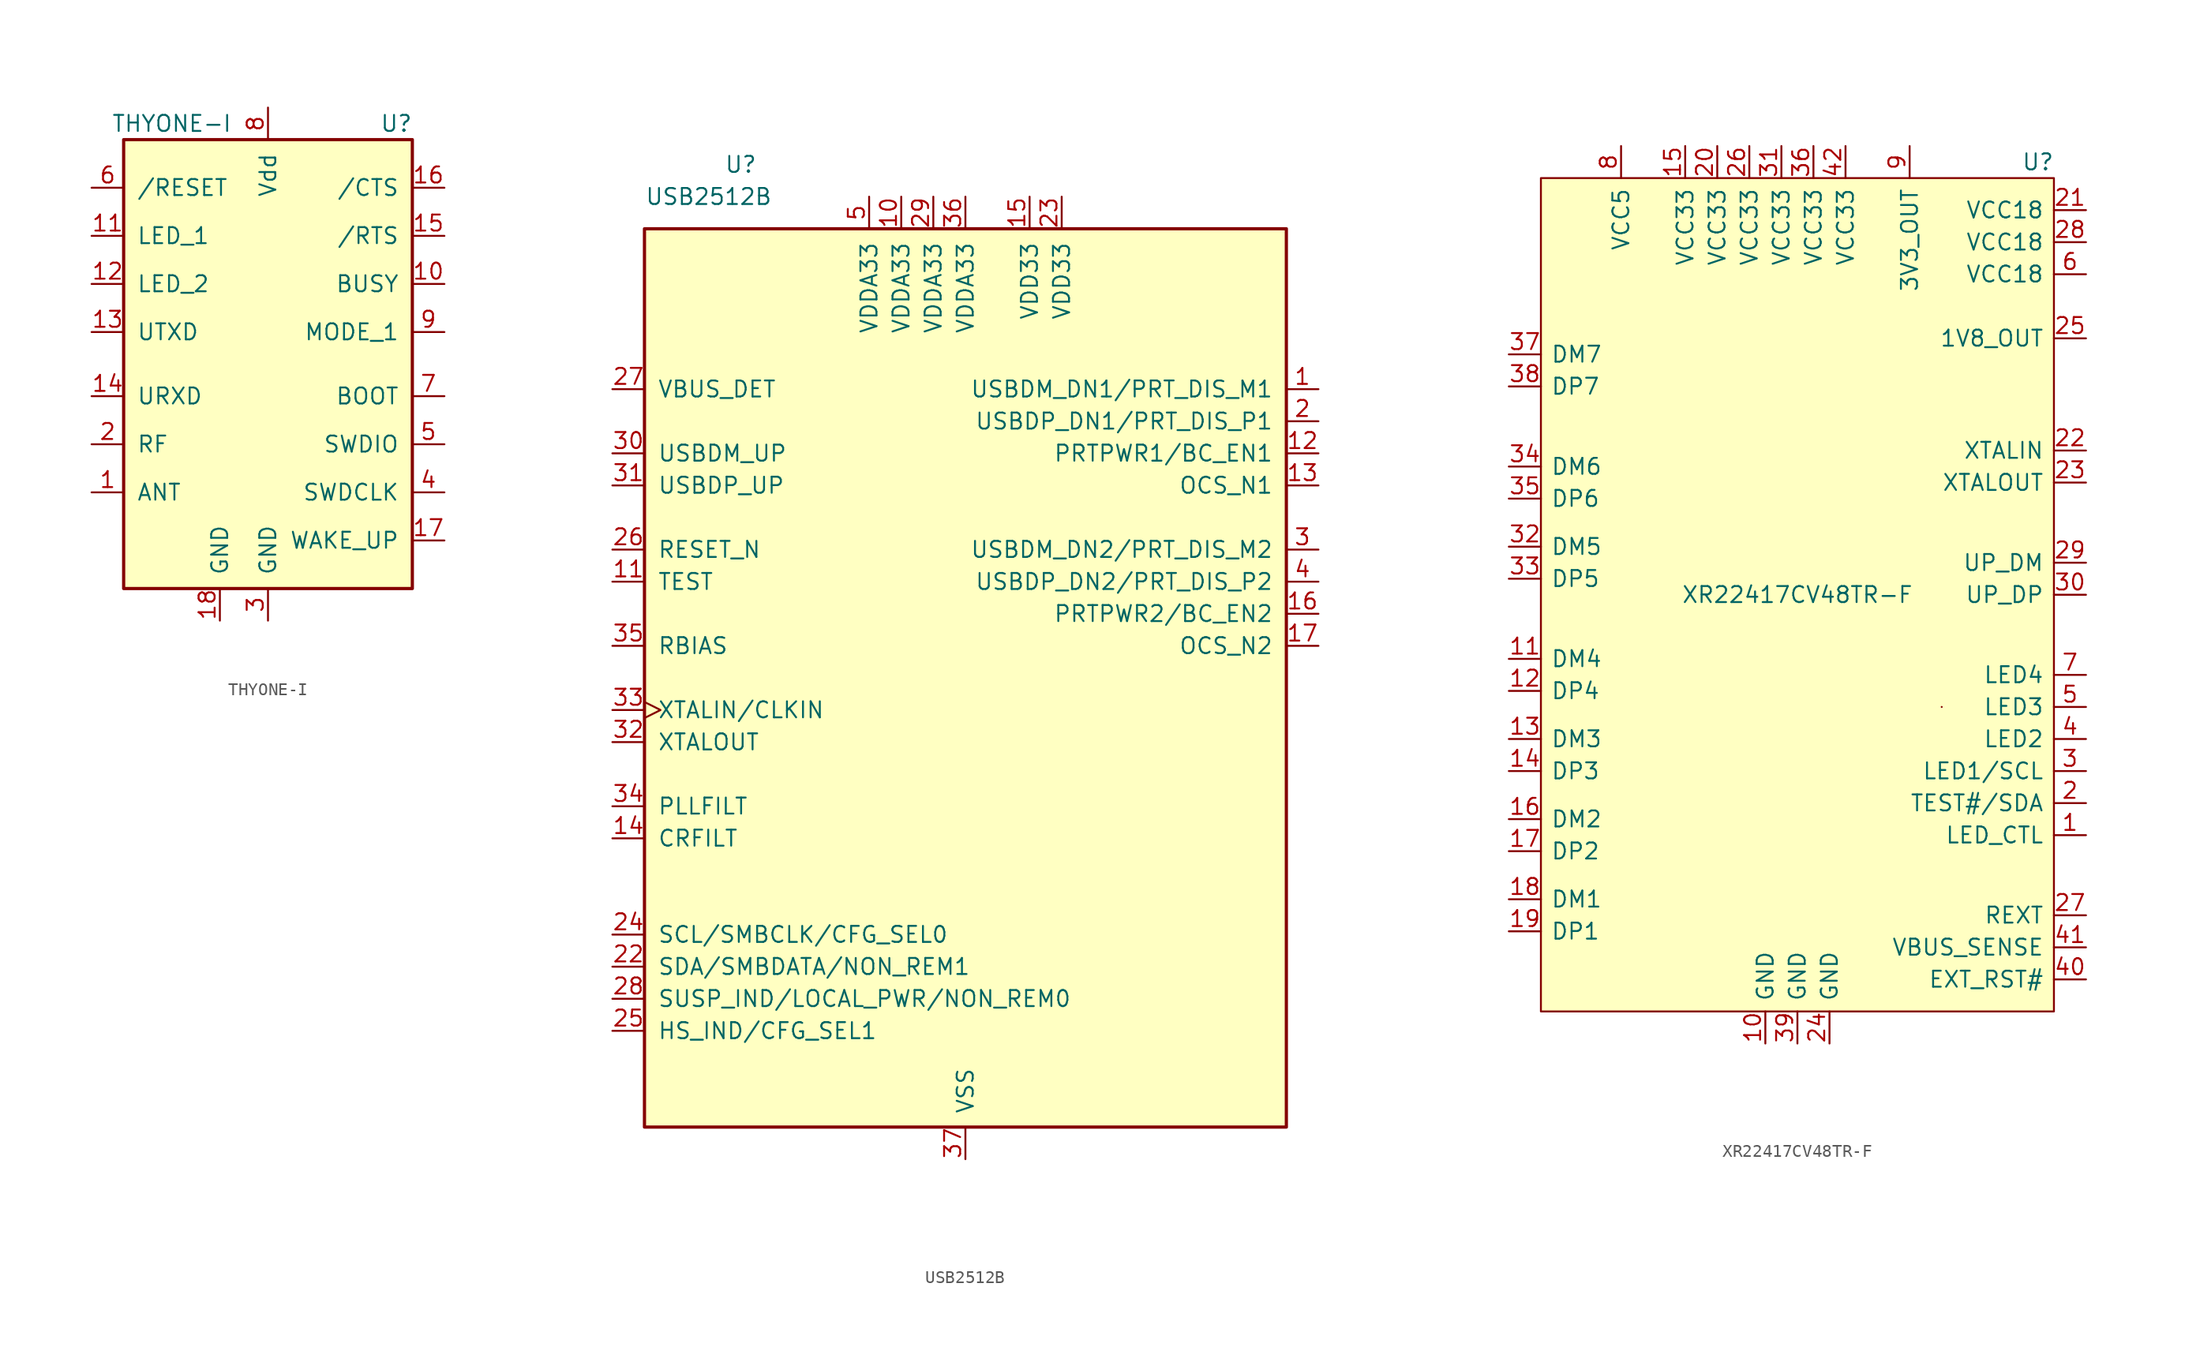
<source format=kicad_sym>
(kicad_symbol_lib
  (version 20211014)
  (generator kicad_symbol_editor)
  (symbol "THYONE-I"
    (pin_names
      (offset 1.016))
    (property "Reference" "U"
      (at 10.16 19.05 0)
      (effects (font (size 1.27 1.27))))
    (property "Value" "THYONE-I"
      (at -7.62 19.05 0)
      (effects (font (size 1.27 1.27))))
    (symbol "THYONE-I_0_1"
      (rectangle (start -11.43 17.78) (end 11.43 -17.78) (stroke (width 0.254) (type default) (color 0 0 0 0)) (fill (type background))))
    (symbol "THYONE-I_1_1"
      (pin output line (at -13.97 -10.16 0) (length 2.54) (name "ANT" (effects (font (size 1.27 1.27)))) (number "1" (effects (font (size 1.27 1.27)))))
      (pin output line (at 13.97 6.35 180) (length 2.54) (name "BUSY" (effects (font (size 1.27 1.27)))) (number "10" (effects (font (size 1.27 1.27)))))
      (pin output line (at -13.97 10.16 0) (length 2.54) (name "LED_1" (effects (font (size 1.27 1.27)))) (number "11" (effects (font (size 1.27 1.27)))))
      (pin output line (at -13.97 6.35 0) (length 2.54) (name "LED_2" (effects (font (size 1.27 1.27)))) (number "12" (effects (font (size 1.27 1.27)))))
      (pin output line (at -13.97 2.54 0) (length 2.54) (name "UTXD" (effects (font (size 1.27 1.27)))) (number "13" (effects (font (size 1.27 1.27)))))
      (pin input line (at -13.97 -2.54 0) (length 2.54) (name "URXD" (effects (font (size 1.27 1.27)))) (number "14" (effects (font (size 1.27 1.27)))))
      (pin output line (at 13.97 10.16 180) (length 2.54) (name "/RTS" (effects (font (size 1.27 1.27)))) (number "15" (effects (font (size 1.27 1.27)))))
      (pin input line (at 13.97 13.97 180) (length 2.54) (name "/CTS" (effects (font (size 1.27 1.27)))) (number "16" (effects (font (size 1.27 1.27)))))
      (pin input line (at 13.97 -13.97 180) (length 2.54) (name "WAKE_UP" (effects (font (size 1.27 1.27)))) (number "17" (effects (font (size 1.27 1.27)))))
      (pin power_in line (at -3.81 -20.32 90) (length 2.54) (name "GND" (effects (font (size 1.27 1.27)))) (number "18" (effects (font (size 1.27 1.27)))))
      (pin bidirectional line (at -13.97 -6.35 0) (length 2.54) (name "RF" (effects (font (size 1.27 1.27)))) (number "2" (effects (font (size 1.27 1.27)))))
      (pin power_in line (at 0 -20.32 90) (length 2.54) (name "GND" (effects (font (size 1.27 1.27)))) (number "3" (effects (font (size 1.27 1.27)))))
      (pin bidirectional line (at 13.97 -10.16 180) (length 2.54) (name "SWDCLK" (effects (font (size 1.27 1.27)))) (number "4" (effects (font (size 1.27 1.27)))))
      (pin bidirectional line (at 13.97 -6.35 180) (length 2.54) (name "SWDIO" (effects (font (size 1.27 1.27)))) (number "5" (effects (font (size 1.27 1.27)))))
      (pin input line (at -13.97 13.97 0) (length 2.54) (name "/RESET" (effects (font (size 1.27 1.27)))) (number "6" (effects (font (size 1.27 1.27)))))
      (pin input line (at 13.97 -2.54 180) (length 2.54) (name "BOOT" (effects (font (size 1.27 1.27)))) (number "7" (effects (font (size 1.27 1.27)))))
      (pin power_in line (at 0 20.32 270) (length 2.54) (name "Vdd" (effects (font (size 1.27 1.27)))) (number "8" (effects (font (size 1.27 1.27)))))
      (pin input line (at 13.97 2.54 180) (length 2.54) (name "MODE_1" (effects (font (size 1.27 1.27)))) (number "9" (effects (font (size 1.27 1.27)))))))
  (symbol "USB2512B"
    (pin_names
      (offset 1.016))
    (property "Reference" "U"
      (at -17.78 40.64 0)
      (effects (font (size 1.27 1.27))))
    (property "Value" "USB2512B"
      (at -20.32 38.1 0)
      (effects (font (size 1.27 1.27))))
    (symbol "USB2512B_0_1"
      (rectangle (start -25.4 35.56) (end 25.4 -35.56) (stroke (width 0.254) (type default) (color 0 0 0 0)) (fill (type background))))
    (symbol "USB2512B_1_1"
      (pin bidirectional line (at 27.94 22.86 180) (length 2.54) (name "USBDM_DN1/PRT_DIS_M1" (effects (font (size 1.27 1.27)))) (number "1" (effects (font (size 1.27 1.27)))))
      (pin power_in line (at -5.08 38.1 270) (length 2.54) (name "VDDA33" (effects (font (size 1.27 1.27)))) (number "10" (effects (font (size 1.27 1.27)))))
      (pin input line (at -27.94 7.62 0) (length 2.54) (name "TEST" (effects (font (size 1.27 1.27)))) (number "11" (effects (font (size 1.27 1.27)))))
      (pin bidirectional line (at 27.94 17.78 180) (length 2.54) (name "PRTPWR1/BC_EN1" (effects (font (size 1.27 1.27)))) (number "12" (effects (font (size 1.27 1.27)))))
      (pin input line (at 27.94 15.24 180) (length 2.54) (name "OCS_N1" (effects (font (size 1.27 1.27)))) (number "13" (effects (font (size 1.27 1.27)))))
      (pin input line (at -27.94 -12.7 0) (length 2.54) (name "CRFILT" (effects (font (size 1.27 1.27)))) (number "14" (effects (font (size 1.27 1.27)))))
      (pin power_in line (at 5.08 38.1 270) (length 2.54) (name "VDD33" (effects (font (size 1.27 1.27)))) (number "15" (effects (font (size 1.27 1.27)))))
      (pin bidirectional line (at 27.94 5.08 180) (length 2.54) (name "PRTPWR2/BC_EN2" (effects (font (size 1.27 1.27)))) (number "16" (effects (font (size 1.27 1.27)))))
      (pin input line (at 27.94 2.54 180) (length 2.54) (name "OCS_N2" (effects (font (size 1.27 1.27)))) (number "17" (effects (font (size 1.27 1.27)))))
      (pin no_connect line (at 27.94 -7.62 180) (length 2.54) hide (name "NC" (effects (font (size 1.27 1.27)))) (number "18" (effects (font (size 1.27 1.27)))))
      (pin no_connect line (at 27.94 -10.16 180) (length 2.54) hide (name "NC" (effects (font (size 1.27 1.27)))) (number "19" (effects (font (size 1.27 1.27)))))
      (pin bidirectional line (at 27.94 20.32 180) (length 2.54) (name "USBDP_DN1/PRT_DIS_P1" (effects (font (size 1.27 1.27)))) (number "2" (effects (font (size 1.27 1.27)))))
      (pin no_connect line (at 27.94 -20.32 180) (length 2.54) hide (name "NC" (effects (font (size 1.27 1.27)))) (number "20" (effects (font (size 1.27 1.27)))))
      (pin no_connect line (at 27.94 -22.86 180) (length 2.54) hide (name "NC" (effects (font (size 1.27 1.27)))) (number "21" (effects (font (size 1.27 1.27)))))
      (pin bidirectional line (at -27.94 -22.86 0) (length 2.54) (name "SDA/SMBDATA/NON_REM1" (effects (font (size 1.27 1.27)))) (number "22" (effects (font (size 1.27 1.27)))))
      (pin power_in line (at 7.62 38.1 270) (length 2.54) (name "VDD33" (effects (font (size 1.27 1.27)))) (number "23" (effects (font (size 1.27 1.27)))))
      (pin bidirectional line (at -27.94 -20.32 0) (length 2.54) (name "SCL/SMBCLK/CFG_SEL0" (effects (font (size 1.27 1.27)))) (number "24" (effects (font (size 1.27 1.27)))))
      (pin bidirectional line (at -27.94 -27.94 0) (length 2.54) (name "HS_IND/CFG_SEL1" (effects (font (size 1.27 1.27)))) (number "25" (effects (font (size 1.27 1.27)))))
      (pin input line (at -27.94 10.16 0) (length 2.54) (name "RESET_N" (effects (font (size 1.27 1.27)))) (number "26" (effects (font (size 1.27 1.27)))))
      (pin input line (at -27.94 22.86 0) (length 2.54) (name "VBUS_DET" (effects (font (size 1.27 1.27)))) (number "27" (effects (font (size 1.27 1.27)))))
      (pin bidirectional line (at -27.94 -25.4 0) (length 2.54) (name "SUSP_IND/LOCAL_PWR/NON_REM0" (effects (font (size 1.27 1.27)))) (number "28" (effects (font (size 1.27 1.27)))))
      (pin power_in line (at -2.54 38.1 270) (length 2.54) (name "VDDA33" (effects (font (size 1.27 1.27)))) (number "29" (effects (font (size 1.27 1.27)))))
      (pin bidirectional line (at 27.94 10.16 180) (length 2.54) (name "USBDM_DN2/PRT_DIS_M2" (effects (font (size 1.27 1.27)))) (number "3" (effects (font (size 1.27 1.27)))))
      (pin bidirectional line (at -27.94 17.78 0) (length 2.54) (name "USBDM_UP" (effects (font (size 1.27 1.27)))) (number "30" (effects (font (size 1.27 1.27)))))
      (pin bidirectional line (at -27.94 15.24 0) (length 2.54) (name "USBDP_UP" (effects (font (size 1.27 1.27)))) (number "31" (effects (font (size 1.27 1.27)))))
      (pin output line (at -27.94 -5.08 0) (length 2.54) (name "XTALOUT" (effects (font (size 1.27 1.27)))) (number "32" (effects (font (size 1.27 1.27)))))
      (pin input clock (at -27.94 -2.54 0) (length 2.54) (name "XTALIN/CLKIN" (effects (font (size 1.27 1.27)))) (number "33" (effects (font (size 1.27 1.27)))))
      (pin input line (at -27.94 -10.16 0) (length 2.54) (name "PLLFILT" (effects (font (size 1.27 1.27)))) (number "34" (effects (font (size 1.27 1.27)))))
      (pin input line (at -27.94 2.54 0) (length 2.54) (name "RBIAS" (effects (font (size 1.27 1.27)))) (number "35" (effects (font (size 1.27 1.27)))))
      (pin power_in line (at 0 38.1 270) (length 2.54) (name "VDDA33" (effects (font (size 1.27 1.27)))) (number "36" (effects (font (size 1.27 1.27)))))
      (pin power_in line (at 0 -38.1 90) (length 2.54) (name "VSS" (effects (font (size 1.27 1.27)))) (number "37" (effects (font (size 1.27 1.27)))))
      (pin bidirectional line (at 27.94 7.62 180) (length 2.54) (name "USBDP_DN2/PRT_DIS_P2" (effects (font (size 1.27 1.27)))) (number "4" (effects (font (size 1.27 1.27)))))
      (pin power_in line (at -7.62 38.1 270) (length 2.54) (name "VDDA33" (effects (font (size 1.27 1.27)))) (number "5" (effects (font (size 1.27 1.27)))))
      (pin no_connect line (at 27.94 -2.54 180) (length 2.54) hide (name "NC" (effects (font (size 1.27 1.27)))) (number "6" (effects (font (size 1.27 1.27)))))
      (pin no_connect line (at 27.94 -5.08 180) (length 2.54) hide (name "NC" (effects (font (size 1.27 1.27)))) (number "7" (effects (font (size 1.27 1.27)))))
      (pin no_connect line (at 27.94 -15.24 180) (length 2.54) hide (name "NC" (effects (font (size 1.27 1.27)))) (number "8" (effects (font (size 1.27 1.27)))))
      (pin no_connect line (at 27.94 -17.78 180) (length 2.54) hide (name "NC" (effects (font (size 1.27 1.27)))) (number "9" (effects (font (size 1.27 1.27)))))))
  (symbol "XR22417CV48TR-F"
    (pin_names
      (offset 0.762))
    (property "Reference" "U"
      (at 19.05 34.29 0)
      (effects (font (size 1.27 1.27))))
    (property "Value" "XR22417CV48TR-F"
      (at 0 0 0)
      (effects (font (size 1.27 1.27))))
    (symbol "XR22417CV48TR-F_0_1"
      (rectangle (start -20.32 33.02) (end 20.32 -33.02) (stroke (width 0) (type default) (color 0 0 0 0)) (fill (type background)))
      (rectangle (start 11.43 -8.89) (end 11.43 -8.89) (stroke (width 0) (type default) (color 0 0 0 0)) (fill (type none))))
    (symbol "XR22417CV48TR-F_1_1"
      (pin output line (at 22.86 -19.05 180) (length 2.54) (name "LED_CTL" (effects (font (size 1.27 1.27)))) (number "1" (effects (font (size 1.27 1.27)))))
      (pin power_in line (at -2.54 -35.56 90) (length 2.54) (name "GND" (effects (font (size 1.27 1.27)))) (number "10" (effects (font (size 1.27 1.27)))))
      (pin bidirectional line (at -22.86 -5.08 0) (length 2.54) (name "DM4" (effects (font (size 1.27 1.27)))) (number "11" (effects (font (size 1.27 1.27)))))
      (pin bidirectional line (at -22.86 -7.62 0) (length 2.54) (name "DP4" (effects (font (size 1.27 1.27)))) (number "12" (effects (font (size 1.27 1.27)))))
      (pin bidirectional line (at -22.86 -11.43 0) (length 2.54) (name "DM3" (effects (font (size 1.27 1.27)))) (number "13" (effects (font (size 1.27 1.27)))))
      (pin bidirectional line (at -22.86 -13.97 0) (length 2.54) (name "DP3" (effects (font (size 1.27 1.27)))) (number "14" (effects (font (size 1.27 1.27)))))
      (pin power_in line (at -8.89 35.56 270) (length 2.54) (name "VCC33" (effects (font (size 1.27 1.27)))) (number "15" (effects (font (size 1.27 1.27)))))
      (pin bidirectional line (at -22.86 -17.78 0) (length 2.54) (name "DM2" (effects (font (size 1.27 1.27)))) (number "16" (effects (font (size 1.27 1.27)))))
      (pin bidirectional line (at -22.86 -20.32 0) (length 2.54) (name "DP2" (effects (font (size 1.27 1.27)))) (number "17" (effects (font (size 1.27 1.27)))))
      (pin bidirectional line (at -22.86 -24.13 0) (length 2.54) (name "DM1" (effects (font (size 1.27 1.27)))) (number "18" (effects (font (size 1.27 1.27)))))
      (pin bidirectional line (at -22.86 -26.67 0) (length 2.54) (name "DP1" (effects (font (size 1.27 1.27)))) (number "19" (effects (font (size 1.27 1.27)))))
      (pin bidirectional line (at 22.86 -16.51 180) (length 2.54) (name "TEST#/SDA" (effects (font (size 1.27 1.27)))) (number "2" (effects (font (size 1.27 1.27)))))
      (pin power_in line (at -6.35 35.56 270) (length 2.54) (name "VCC33" (effects (font (size 1.27 1.27)))) (number "20" (effects (font (size 1.27 1.27)))))
      (pin power_in line (at 22.86 30.48 180) (length 2.54) (name "VCC18" (effects (font (size 1.27 1.27)))) (number "21" (effects (font (size 1.27 1.27)))))
      (pin input line (at 22.86 11.43 180) (length 2.54) (name "XTALIN" (effects (font (size 1.27 1.27)))) (number "22" (effects (font (size 1.27 1.27)))))
      (pin output line (at 22.86 8.89 180) (length 2.54) (name "XTALOUT" (effects (font (size 1.27 1.27)))) (number "23" (effects (font (size 1.27 1.27)))))
      (pin power_in line (at 2.54 -35.56 90) (length 2.54) (name "GND" (effects (font (size 1.27 1.27)))) (number "24" (effects (font (size 1.27 1.27)))))
      (pin power_out line (at 22.86 20.32 180) (length 2.54) (name "1V8_OUT" (effects (font (size 1.27 1.27)))) (number "25" (effects (font (size 1.27 1.27)))))
      (pin power_in line (at -3.81 35.56 270) (length 2.54) (name "VCC33" (effects (font (size 1.27 1.27)))) (number "26" (effects (font (size 1.27 1.27)))))
      (pin input line (at 22.86 -25.4 180) (length 2.54) (name "REXT" (effects (font (size 1.27 1.27)))) (number "27" (effects (font (size 1.27 1.27)))))
      (pin power_in line (at 22.86 27.94 180) (length 2.54) (name "VCC18" (effects (font (size 1.27 1.27)))) (number "28" (effects (font (size 1.27 1.27)))))
      (pin bidirectional line (at 22.86 2.54 180) (length 2.54) (name "UP_DM" (effects (font (size 1.27 1.27)))) (number "29" (effects (font (size 1.27 1.27)))))
      (pin bidirectional line (at 22.86 -13.97 180) (length 2.54) (name "LED1/SCL" (effects (font (size 1.27 1.27)))) (number "3" (effects (font (size 1.27 1.27)))))
      (pin bidirectional line (at 22.86 0 180) (length 2.54) (name "UP_DP" (effects (font (size 1.27 1.27)))) (number "30" (effects (font (size 1.27 1.27)))))
      (pin power_in line (at -1.27 35.56 270) (length 2.54) (name "VCC33" (effects (font (size 1.27 1.27)))) (number "31" (effects (font (size 1.27 1.27)))))
      (pin bidirectional line (at -22.86 3.81 0) (length 2.54) (name "DM5" (effects (font (size 1.27 1.27)))) (number "32" (effects (font (size 1.27 1.27)))))
      (pin bidirectional line (at -22.86 1.27 0) (length 2.54) (name "DP5" (effects (font (size 1.27 1.27)))) (number "33" (effects (font (size 1.27 1.27)))))
      (pin bidirectional line (at -22.86 10.16 0) (length 2.54) (name "DM6" (effects (font (size 1.27 1.27)))) (number "34" (effects (font (size 1.27 1.27)))))
      (pin bidirectional line (at -22.86 7.62 0) (length 2.54) (name "DP6" (effects (font (size 1.27 1.27)))) (number "35" (effects (font (size 1.27 1.27)))))
      (pin power_in line (at 1.27 35.56 270) (length 2.54) (name "VCC33" (effects (font (size 1.27 1.27)))) (number "36" (effects (font (size 1.27 1.27)))))
      (pin bidirectional line (at -22.86 19.05 0) (length 2.54) (name "DM7" (effects (font (size 1.27 1.27)))) (number "37" (effects (font (size 1.27 1.27)))))
      (pin bidirectional line (at -22.86 16.51 0) (length 2.54) (name "DP7" (effects (font (size 1.27 1.27)))) (number "38" (effects (font (size 1.27 1.27)))))
      (pin power_in line (at 0 -35.56 90) (length 2.54) (name "GND" (effects (font (size 1.27 1.27)))) (number "39" (effects (font (size 1.27 1.27)))))
      (pin output line (at 22.86 -11.43 180) (length 2.54) (name "LED2" (effects (font (size 1.27 1.27)))) (number "4" (effects (font (size 1.27 1.27)))))
      (pin input line (at 22.86 -30.48 180) (length 2.54) (name "EXT_RST#" (effects (font (size 1.27 1.27)))) (number "40" (effects (font (size 1.27 1.27)))))
      (pin input line (at 22.86 -27.94 180) (length 2.54) (name "VBUS_SENSE" (effects (font (size 1.27 1.27)))) (number "41" (effects (font (size 1.27 1.27)))))
      (pin power_in line (at 3.81 35.56 270) (length 2.54) (name "VCC33" (effects (font (size 1.27 1.27)))) (number "42" (effects (font (size 1.27 1.27)))))
      (pin output line (at 22.86 -8.89 180) (length 2.54) (name "LED3" (effects (font (size 1.27 1.27)))) (number "5" (effects (font (size 1.27 1.27)))))
      (pin power_in line (at 22.86 25.4 180) (length 2.54) (name "VCC18" (effects (font (size 1.27 1.27)))) (number "6" (effects (font (size 1.27 1.27)))))
      (pin output line (at 22.86 -6.35 180) (length 2.54) (name "LED4" (effects (font (size 1.27 1.27)))) (number "7" (effects (font (size 1.27 1.27)))))
      (pin power_in line (at -13.97 35.56 270) (length 2.54) (name "VCC5" (effects (font (size 1.27 1.27)))) (number "8" (effects (font (size 1.27 1.27)))))
      (pin power_out line (at 8.89 35.56 270) (length 2.54) (name "3V3_OUT" (effects (font (size 1.27 1.27)))) (number "9" (effects (font (size 1.27 1.27))))))))
</source>
